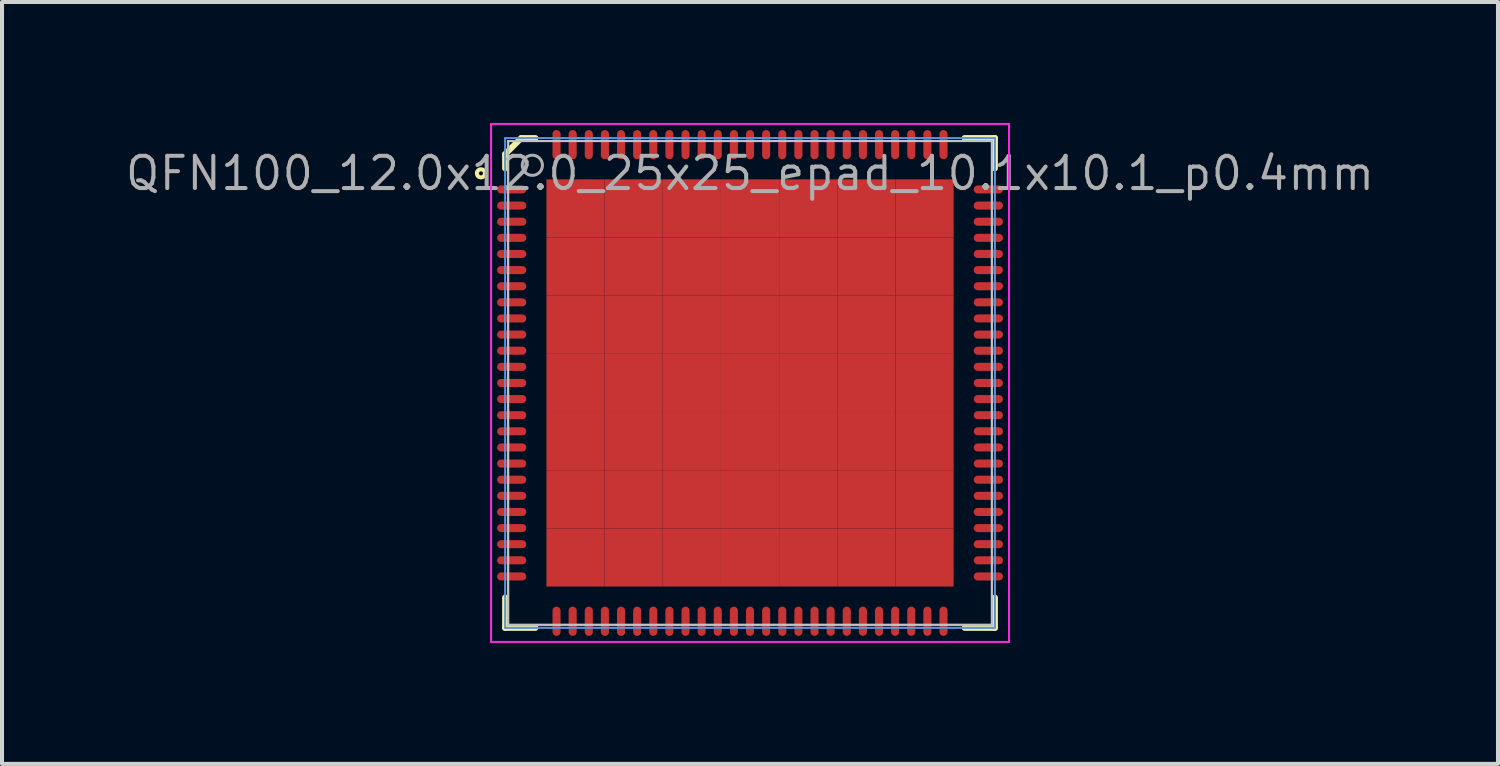
<source format=kicad_pcb>
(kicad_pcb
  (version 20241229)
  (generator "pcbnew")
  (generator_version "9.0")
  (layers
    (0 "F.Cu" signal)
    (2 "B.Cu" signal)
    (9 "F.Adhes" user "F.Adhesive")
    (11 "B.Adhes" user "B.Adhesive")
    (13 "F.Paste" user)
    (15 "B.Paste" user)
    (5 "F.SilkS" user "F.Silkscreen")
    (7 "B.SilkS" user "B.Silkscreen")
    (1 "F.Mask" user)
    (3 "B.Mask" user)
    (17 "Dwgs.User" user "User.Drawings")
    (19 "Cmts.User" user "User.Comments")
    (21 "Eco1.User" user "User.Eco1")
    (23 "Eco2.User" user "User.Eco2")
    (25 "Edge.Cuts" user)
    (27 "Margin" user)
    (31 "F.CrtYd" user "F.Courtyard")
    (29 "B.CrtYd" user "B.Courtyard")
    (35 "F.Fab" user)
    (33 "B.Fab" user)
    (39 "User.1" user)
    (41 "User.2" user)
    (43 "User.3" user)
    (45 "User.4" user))
  (footprint "QFN100_12.0x12.0_25x25_epad_10.1x10.1_p0.4mm"
    (layer "F.Cu")
    (at 15.556 6.45)
    (property "Reference" "QFN100_12.0x12.0_25x25_epad_10.1x10.1_p0.4mm" (at 0 -5.2 0) (layer "F.Fab") (effects (font (size 0.8 0.8) (thickness 0.1))))
    (attr through_hole)
    (fp_line (start -6.075 -5.675) (end -6.075 -5.325) (stroke (width 0.15) (type solid)) (layer "F.SilkS"))
    (fp_line (start -6.075 -5.675) (end -5.675 -6.075) (stroke (width 0.15) (type solid)) (layer "F.SilkS"))
    (fp_line (start -6.075 6.075) (end -6.075 5.325) (stroke (width 0.15) (type solid)) (layer "F.SilkS"))
    (fp_line (start -6.075 6.075) (end -5.325 6.075) (stroke (width 0.15) (type solid)) (layer "F.SilkS"))
    (fp_line (start -5.325 -6.075) (end -5.675 -6.075) (stroke (width 0.15) (type solid)) (layer "F.SilkS"))
    (fp_line (start 6.075 -6.075) (end 5.325 -6.075) (stroke (width 0.15) (type solid)) (layer "F.SilkS"))
    (fp_line (start 6.075 -6.075) (end 6.075 -5.325) (stroke (width 0.15) (type solid)) (layer "F.SilkS"))
    (fp_line (start 6.075 6.075) (end 5.325 6.075) (stroke (width 0.15) (type solid)) (layer "F.SilkS"))
    (fp_line (start 6.075 6.075) (end 6.075 5.325) (stroke (width 0.15) (type solid)) (layer "F.SilkS"))
    (fp_circle (center -6.675 -5.2) (end -6.604 -5.129) (stroke (width 0.1) (type solid)) (fill no) (layer "F.SilkS"))
    (fp_line (start -6 -6) (end -6 6) (stroke (width 0.05) (type solid)) (layer "Dwgs.User"))
    (fp_line (start -6 -6) (end 6 -6) (stroke (width 0.05) (type solid)) (layer "Dwgs.User"))
    (fp_line (start -6 6) (end 6 6) (stroke (width 0.05) (type solid)) (layer "Dwgs.User"))
    (fp_line (start 6 -6) (end 6 6) (stroke (width 0.05) (type solid)) (layer "Dwgs.User"))
    (fp_line (start -6.075 -6.075) (end -6.075 6.075) (stroke (width 0.05) (type solid)) (layer "Cmts.User"))
    (fp_line (start -6.075 -6.075) (end 6.075 -6.075) (stroke (width 0.05) (type solid)) (layer "Cmts.User"))
    (fp_line (start -6.075 6.075) (end 6.075 6.075) (stroke (width 0.05) (type solid)) (layer "Cmts.User"))
    (fp_line (start 6.075 -6.075) (end 6.075 6.075) (stroke (width 0.05) (type solid)) (layer "Cmts.User"))
    (fp_line (start -5.925 -5.925) (end -5.925 5.925) (stroke (width 0.05) (type solid)) (layer "Eco1.User"))
    (fp_line (start -5.925 -5.925) (end 5.925 -5.925) (stroke (width 0.05) (type solid)) (layer "Eco1.User"))
    (fp_line (start -5.925 5.925) (end 5.925 5.925) (stroke (width 0.05) (type solid)) (layer "Eco1.User"))
    (fp_line (start 5.925 -5.925) (end 5.925 5.925) (stroke (width 0.05) (type solid)) (layer "Eco1.User"))
    (fp_line (start -6.425 -6.425) (end -6.425 6.425) (stroke (width 0.05) (type solid)) (layer "F.CrtYd"))
    (fp_line (start -6.425 -6.425) (end 6.425 -6.425) (stroke (width 0.05) (type solid)) (layer "F.CrtYd"))
    (fp_line (start -6.425 6.425) (end 6.425 6.425) (stroke (width 0.05) (type solid)) (layer "F.CrtYd"))
    (fp_line (start 6.425 -6.425) (end 6.425 6.425) (stroke (width 0.05) (type solid)) (layer "F.CrtYd"))
    (fp_line (start -6 -6) (end -6 6) (stroke (width 0.05) (type solid)) (layer "F.Fab"))
    (fp_line (start -6 -6) (end 6 -6) (stroke (width 0.05) (type solid)) (layer "F.Fab"))
    (fp_line (start -6 6) (end 6 6) (stroke (width 0.05) (type solid)) (layer "F.Fab"))
    (fp_line (start 6 -6) (end 6 6) (stroke (width 0.05) (type solid)) (layer "F.Fab"))
    (fp_circle (center -5.4 -5.4) (end -5.223 -5.223) (stroke (width 0.075) (type solid)) (fill no) (layer "F.Fab"))
    (pad "1" smd oval (at -5.912 -4.8 180) (size 0.725 0.2) (layers "F.Cu" "F.Mask" "F.Paste"))
    (pad "2" smd oval (at -5.912 -4.4 180) (size 0.725 0.2) (layers "F.Cu" "F.Mask" "F.Paste"))
    (pad "3" smd oval (at -5.912 -4 180) (size 0.725 0.2) (layers "F.Cu" "F.Mask" "F.Paste"))
    (pad "4" smd oval (at -5.912 -3.6 180) (size 0.725 0.2) (layers "F.Cu" "F.Mask" "F.Paste"))
    (pad "5" smd oval (at -5.912 -3.2 180) (size 0.725 0.2) (layers "F.Cu" "F.Mask" "F.Paste"))
    (pad "6" smd oval (at -5.912 -2.8 180) (size 0.725 0.2) (layers "F.Cu" "F.Mask" "F.Paste"))
    (pad "7" smd oval (at -5.912 -2.4 180) (size 0.725 0.2) (layers "F.Cu" "F.Mask" "F.Paste"))
    (pad "8" smd oval (at -5.912 -2 180) (size 0.725 0.2) (layers "F.Cu" "F.Mask" "F.Paste"))
    (pad "9" smd oval (at -5.912 -1.6 180) (size 0.725 0.2) (layers "F.Cu" "F.Mask" "F.Paste"))
    (pad "10" smd oval (at -5.912 -1.2 180) (size 0.725 0.2) (layers "F.Cu" "F.Mask" "F.Paste"))
    (pad "11" smd oval (at -5.912 -0.8 180) (size 0.725 0.2) (layers "F.Cu" "F.Mask" "F.Paste"))
    (pad "12" smd oval (at -5.912 -0.4 180) (size 0.725 0.2) (layers "F.Cu" "F.Mask" "F.Paste"))
    (pad "13" smd oval (at -5.912 0 180) (size 0.725 0.2) (layers "F.Cu" "F.Mask" "F.Paste"))
    (pad "14" smd oval (at -5.912 0.4 180) (size 0.725 0.2) (layers "F.Cu" "F.Mask" "F.Paste"))
    (pad "15" smd oval (at -5.912 0.8 180) (size 0.725 0.2) (layers "F.Cu" "F.Mask" "F.Paste"))
    (pad "16" smd oval (at -5.912 1.2 180) (size 0.725 0.2) (layers "F.Cu" "F.Mask" "F.Paste"))
    (pad "17" smd oval (at -5.912 1.6 180) (size 0.725 0.2) (layers "F.Cu" "F.Mask" "F.Paste"))
    (pad "18" smd oval (at -5.912 2 180) (size 0.725 0.2) (layers "F.Cu" "F.Mask" "F.Paste"))
    (pad "19" smd oval (at -5.912 2.4 180) (size 0.725 0.2) (layers "F.Cu" "F.Mask" "F.Paste"))
    (pad "20" smd oval (at -5.912 2.8 180) (size 0.725 0.2) (layers "F.Cu" "F.Mask" "F.Paste"))
    (pad "21" smd oval (at -5.912 3.2 180) (size 0.725 0.2) (layers "F.Cu" "F.Mask" "F.Paste"))
    (pad "22" smd oval (at -5.912 3.6 180) (size 0.725 0.2) (layers "F.Cu" "F.Mask" "F.Paste"))
    (pad "23" smd oval (at -5.912 4 180) (size 0.725 0.2) (layers "F.Cu" "F.Mask" "F.Paste"))
    (pad "24" smd oval (at -5.912 4.4 180) (size 0.725 0.2) (layers "F.Cu" "F.Mask" "F.Paste"))
    (pad "25" smd oval (at -5.912 4.8 180) (size 0.725 0.2) (layers "F.Cu" "F.Mask" "F.Paste"))
    (pad "26" smd oval (at -4.8 5.912 270) (size 0.725 0.2) (layers "F.Cu" "F.Mask" "F.Paste"))
    (pad "27" smd oval (at -4.4 5.912 270) (size 0.725 0.2) (layers "F.Cu" "F.Mask" "F.Paste"))
    (pad "28" smd oval (at -4 5.912 270) (size 0.725 0.2) (layers "F.Cu" "F.Mask" "F.Paste"))
    (pad "29" smd oval (at -3.6 5.912 270) (size 0.725 0.2) (layers "F.Cu" "F.Mask" "F.Paste"))
    (pad "30" smd oval (at -3.2 5.912 270) (size 0.725 0.2) (layers "F.Cu" "F.Mask" "F.Paste"))
    (pad "31" smd oval (at -2.8 5.912 270) (size 0.725 0.2) (layers "F.Cu" "F.Mask" "F.Paste"))
    (pad "32" smd oval (at -2.4 5.912 270) (size 0.725 0.2) (layers "F.Cu" "F.Mask" "F.Paste"))
    (pad "33" smd oval (at -2 5.912 270) (size 0.725 0.2) (layers "F.Cu" "F.Mask" "F.Paste"))
    (pad "34" smd oval (at -1.6 5.912 270) (size 0.725 0.2) (layers "F.Cu" "F.Mask" "F.Paste"))
    (pad "35" smd oval (at -1.2 5.912 270) (size 0.725 0.2) (layers "F.Cu" "F.Mask" "F.Paste"))
    (pad "36" smd oval (at -0.8 5.912 270) (size 0.725 0.2) (layers "F.Cu" "F.Mask" "F.Paste"))
    (pad "37" smd oval (at -0.4 5.912 270) (size 0.725 0.2) (layers "F.Cu" "F.Mask" "F.Paste"))
    (pad "38" smd oval (at 0 5.912 270) (size 0.725 0.2) (layers "F.Cu" "F.Mask" "F.Paste"))
    (pad "39" smd oval (at 0.4 5.912 270) (size 0.725 0.2) (layers "F.Cu" "F.Mask" "F.Paste"))
    (pad "40" smd oval (at 0.8 5.912 270) (size 0.725 0.2) (layers "F.Cu" "F.Mask" "F.Paste"))
    (pad "41" smd oval (at 1.2 5.912 270) (size 0.725 0.2) (layers "F.Cu" "F.Mask" "F.Paste"))
    (pad "42" smd oval (at 1.6 5.912 270) (size 0.725 0.2) (layers "F.Cu" "F.Mask" "F.Paste"))
    (pad "43" smd oval (at 2 5.912 270) (size 0.725 0.2) (layers "F.Cu" "F.Mask" "F.Paste"))
    (pad "44" smd oval (at 2.4 5.912 270) (size 0.725 0.2) (layers "F.Cu" "F.Mask" "F.Paste"))
    (pad "45" smd oval (at 2.8 5.912 270) (size 0.725 0.2) (layers "F.Cu" "F.Mask" "F.Paste"))
    (pad "46" smd oval (at 3.2 5.912 270) (size 0.725 0.2) (layers "F.Cu" "F.Mask" "F.Paste"))
    (pad "47" smd oval (at 3.6 5.912 270) (size 0.725 0.2) (layers "F.Cu" "F.Mask" "F.Paste"))
    (pad "48" smd oval (at 4 5.912 270) (size 0.725 0.2) (layers "F.Cu" "F.Mask" "F.Paste"))
    (pad "49" smd oval (at 4.4 5.912 270) (size 0.725 0.2) (layers "F.Cu" "F.Mask" "F.Paste"))
    (pad "50" smd oval (at 4.8 5.912 270) (size 0.725 0.2) (layers "F.Cu" "F.Mask" "F.Paste"))
    (pad "51" smd oval (at 5.912 4.8) (size 0.725 0.2) (layers "F.Cu" "F.Mask" "F.Paste"))
    (pad "52" smd oval (at 5.912 4.4) (size 0.725 0.2) (layers "F.Cu" "F.Mask" "F.Paste"))
    (pad "53" smd oval (at 5.912 4) (size 0.725 0.2) (layers "F.Cu" "F.Mask" "F.Paste"))
    (pad "54" smd oval (at 5.912 3.6) (size 0.725 0.2) (layers "F.Cu" "F.Mask" "F.Paste"))
    (pad "55" smd oval (at 5.912 3.2) (size 0.725 0.2) (layers "F.Cu" "F.Mask" "F.Paste"))
    (pad "56" smd oval (at 5.912 2.8) (size 0.725 0.2) (layers "F.Cu" "F.Mask" "F.Paste"))
    (pad "57" smd oval (at 5.912 2.4) (size 0.725 0.2) (layers "F.Cu" "F.Mask" "F.Paste"))
    (pad "58" smd oval (at 5.912 2) (size 0.725 0.2) (layers "F.Cu" "F.Mask" "F.Paste"))
    (pad "59" smd oval (at 5.912 1.6) (size 0.725 0.2) (layers "F.Cu" "F.Mask" "F.Paste"))
    (pad "60" smd oval (at 5.912 1.2) (size 0.725 0.2) (layers "F.Cu" "F.Mask" "F.Paste"))
    (pad "61" smd oval (at 5.912 0.8) (size 0.725 0.2) (layers "F.Cu" "F.Mask" "F.Paste"))
    (pad "62" smd oval (at 5.912 0.4) (size 0.725 0.2) (layers "F.Cu" "F.Mask" "F.Paste"))
    (pad "63" smd oval (at 5.912 0) (size 0.725 0.2) (layers "F.Cu" "F.Mask" "F.Paste"))
    (pad "64" smd oval (at 5.912 -0.4) (size 0.725 0.2) (layers "F.Cu" "F.Mask" "F.Paste"))
    (pad "65" smd oval (at 5.912 -0.8) (size 0.725 0.2) (layers "F.Cu" "F.Mask" "F.Paste"))
    (pad "66" smd oval (at 5.912 -1.2) (size 0.725 0.2) (layers "F.Cu" "F.Mask" "F.Paste"))
    (pad "67" smd oval (at 5.912 -1.6) (size 0.725 0.2) (layers "F.Cu" "F.Mask" "F.Paste"))
    (pad "68" smd oval (at 5.912 -2) (size 0.725 0.2) (layers "F.Cu" "F.Mask" "F.Paste"))
    (pad "69" smd oval (at 5.912 -2.4) (size 0.725 0.2) (layers "F.Cu" "F.Mask" "F.Paste"))
    (pad "70" smd oval (at 5.912 -2.8) (size 0.725 0.2) (layers "F.Cu" "F.Mask" "F.Paste"))
    (pad "71" smd oval (at 5.912 -3.2) (size 0.725 0.2) (layers "F.Cu" "F.Mask" "F.Paste"))
    (pad "72" smd oval (at 5.912 -3.6) (size 0.725 0.2) (layers "F.Cu" "F.Mask" "F.Paste"))
    (pad "73" smd oval (at 5.912 -4) (size 0.725 0.2) (layers "F.Cu" "F.Mask" "F.Paste"))
    (pad "74" smd oval (at 5.912 -4.4) (size 0.725 0.2) (layers "F.Cu" "F.Mask" "F.Paste"))
    (pad "75" smd oval (at 5.912 -4.8) (size 0.725 0.2) (layers "F.Cu" "F.Mask" "F.Paste"))
    (pad "76" smd oval (at 4.8 -5.912 90) (size 0.725 0.2) (layers "F.Cu" "F.Mask" "F.Paste"))
    (pad "77" smd oval (at 4.4 -5.912 90) (size 0.725 0.2) (layers "F.Cu" "F.Mask" "F.Paste"))
    (pad "78" smd oval (at 4 -5.912 90) (size 0.725 0.2) (layers "F.Cu" "F.Mask" "F.Paste"))
    (pad "79" smd oval (at 3.6 -5.912 90) (size 0.725 0.2) (layers "F.Cu" "F.Mask" "F.Paste"))
    (pad "80" smd oval (at 3.2 -5.912 90) (size 0.725 0.2) (layers "F.Cu" "F.Mask" "F.Paste"))
    (pad "81" smd oval (at 2.8 -5.912 90) (size 0.725 0.2) (layers "F.Cu" "F.Mask" "F.Paste"))
    (pad "82" smd oval (at 2.4 -5.912 90) (size 0.725 0.2) (layers "F.Cu" "F.Mask" "F.Paste"))
    (pad "83" smd oval (at 2 -5.912 90) (size 0.725 0.2) (layers "F.Cu" "F.Mask" "F.Paste"))
    (pad "84" smd oval (at 1.6 -5.912 90) (size 0.725 0.2) (layers "F.Cu" "F.Mask" "F.Paste"))
    (pad "85" smd oval (at 1.2 -5.912 90) (size 0.725 0.2) (layers "F.Cu" "F.Mask" "F.Paste"))
    (pad "86" smd oval (at 0.8 -5.912 90) (size 0.725 0.2) (layers "F.Cu" "F.Mask" "F.Paste"))
    (pad "87" smd oval (at 0.4 -5.912 90) (size 0.725 0.2) (layers "F.Cu" "F.Mask" "F.Paste"))
    (pad "88" smd oval (at 0 -5.912 90) (size 0.725 0.2) (layers "F.Cu" "F.Mask" "F.Paste"))
    (pad "89" smd oval (at -0.4 -5.912 90) (size 0.725 0.2) (layers "F.Cu" "F.Mask" "F.Paste"))
    (pad "90" smd oval (at -0.8 -5.912 90) (size 0.725 0.2) (layers "F.Cu" "F.Mask" "F.Paste"))
    (pad "91" smd oval (at -1.2 -5.912 90) (size 0.725 0.2) (layers "F.Cu" "F.Mask" "F.Paste"))
    (pad "92" smd oval (at -1.6 -5.912 90) (size 0.725 0.2) (layers "F.Cu" "F.Mask" "F.Paste"))
    (pad "93" smd oval (at -2 -5.912 90) (size 0.725 0.2) (layers "F.Cu" "F.Mask" "F.Paste"))
    (pad "94" smd oval (at -2.4 -5.912 90) (size 0.725 0.2) (layers "F.Cu" "F.Mask" "F.Paste"))
    (pad "95" smd oval (at -2.8 -5.912 90) (size 0.725 0.2) (layers "F.Cu" "F.Mask" "F.Paste"))
    (pad "96" smd oval (at -3.2 -5.912 90) (size 0.725 0.2) (layers "F.Cu" "F.Mask" "F.Paste"))
    (pad "97" smd oval (at -3.6 -5.912 90) (size 0.725 0.2) (layers "F.Cu" "F.Mask" "F.Paste"))
    (pad "98" smd oval (at -4 -5.912 90) (size 0.725 0.2) (layers "F.Cu" "F.Mask" "F.Paste"))
    (pad "99" smd oval (at -4.4 -5.912 90) (size 0.725 0.2) (layers "F.Cu" "F.Mask" "F.Paste"))
    (pad "100" smd oval (at -4.8 -5.912 90) (size 0.725 0.2) (layers "F.Cu" "F.Mask" "F.Paste"))
    (pad "101" smd rect (at -4.329 -4.329) (size 1.443 1.443) (layers "F.Cu" "F.Mask" "F.Paste"))
    (pad "101" smd rect (at -4.329 -2.886) (size 1.443 1.443) (layers "F.Cu" "F.Mask" "F.Paste"))
    (pad "101" smd rect (at -4.329 -1.443) (size 1.443 1.443) (layers "F.Cu" "F.Mask" "F.Paste"))
    (pad "101" smd rect (at -4.329 0) (size 1.443 1.443) (layers "F.Cu" "F.Mask" "F.Paste"))
    (pad "101" smd rect (at -4.329 1.443) (size 1.443 1.443) (layers "F.Cu" "F.Mask" "F.Paste"))
    (pad "101" smd rect (at -4.329 2.886) (size 1.443 1.443) (layers "F.Cu" "F.Mask" "F.Paste"))
    (pad "101" smd rect (at -4.329 4.329) (size 1.443 1.443) (layers "F.Cu" "F.Mask" "F.Paste"))
    (pad "101" smd rect (at -2.886 -4.329) (size 1.443 1.443) (layers "F.Cu" "F.Mask" "F.Paste"))
    (pad "101" smd rect (at -2.886 -2.886) (size 1.443 1.443) (layers "F.Cu" "F.Mask" "F.Paste"))
    (pad "101" smd rect (at -2.886 -1.443) (size 1.443 1.443) (layers "F.Cu" "F.Mask" "F.Paste"))
    (pad "101" smd rect (at -2.886 0) (size 1.443 1.443) (layers "F.Cu" "F.Mask" "F.Paste"))
    (pad "101" smd rect (at -2.886 1.443) (size 1.443 1.443) (layers "F.Cu" "F.Mask" "F.Paste"))
    (pad "101" smd rect (at -2.886 2.886) (size 1.443 1.443) (layers "F.Cu" "F.Mask" "F.Paste"))
    (pad "101" smd rect (at -2.886 4.329) (size 1.443 1.443) (layers "F.Cu" "F.Mask" "F.Paste"))
    (pad "101" smd rect (at -1.443 -4.329) (size 1.443 1.443) (layers "F.Cu" "F.Mask" "F.Paste"))
    (pad "101" smd rect (at -1.443 -2.886) (size 1.443 1.443) (layers "F.Cu" "F.Mask" "F.Paste"))
    (pad "101" smd rect (at -1.443 -1.443) (size 1.443 1.443) (layers "F.Cu" "F.Mask" "F.Paste"))
    (pad "101" smd rect (at -1.443 0) (size 1.443 1.443) (layers "F.Cu" "F.Mask" "F.Paste"))
    (pad "101" smd rect (at -1.443 1.443) (size 1.443 1.443) (layers "F.Cu" "F.Mask" "F.Paste"))
    (pad "101" smd rect (at -1.443 2.886) (size 1.443 1.443) (layers "F.Cu" "F.Mask" "F.Paste"))
    (pad "101" smd rect (at -1.443 4.329) (size 1.443 1.443) (layers "F.Cu" "F.Mask" "F.Paste"))
    (pad "101" smd rect (at 0 -4.329) (size 1.443 1.443) (layers "F.Cu" "F.Mask" "F.Paste"))
    (pad "101" smd rect (at 0 -2.886) (size 1.443 1.443) (layers "F.Cu" "F.Mask" "F.Paste"))
    (pad "101" smd rect (at 0 -1.443) (size 1.443 1.443) (layers "F.Cu" "F.Mask" "F.Paste"))
    (pad "101" smd rect (at 0 0) (size 1.443 1.443) (layers "F.Cu" "F.Mask" "F.Paste"))
    (pad "101" smd rect (at 0 1.443) (size 1.443 1.443) (layers "F.Cu" "F.Mask" "F.Paste"))
    (pad "101" smd rect (at 0 2.886) (size 1.443 1.443) (layers "F.Cu" "F.Mask" "F.Paste"))
    (pad "101" smd rect (at 0 4.329) (size 1.443 1.443) (layers "F.Cu" "F.Mask" "F.Paste"))
    (pad "101" smd rect (at 1.443 -4.329) (size 1.443 1.443) (layers "F.Cu" "F.Mask" "F.Paste"))
    (pad "101" smd rect (at 1.443 -2.886) (size 1.443 1.443) (layers "F.Cu" "F.Mask" "F.Paste"))
    (pad "101" smd rect (at 1.443 -1.443) (size 1.443 1.443) (layers "F.Cu" "F.Mask" "F.Paste"))
    (pad "101" smd rect (at 1.443 0) (size 1.443 1.443) (layers "F.Cu" "F.Mask" "F.Paste"))
    (pad "101" smd rect (at 1.443 1.443) (size 1.443 1.443) (layers "F.Cu" "F.Mask" "F.Paste"))
    (pad "101" smd rect (at 1.443 2.886) (size 1.443 1.443) (layers "F.Cu" "F.Mask" "F.Paste"))
    (pad "101" smd rect (at 1.443 4.329) (size 1.443 1.443) (layers "F.Cu" "F.Mask" "F.Paste"))
    (pad "101" smd rect (at 2.886 -4.329) (size 1.443 1.443) (layers "F.Cu" "F.Mask" "F.Paste"))
    (pad "101" smd rect (at 2.886 -2.886) (size 1.443 1.443) (layers "F.Cu" "F.Mask" "F.Paste"))
    (pad "101" smd rect (at 2.886 -1.443) (size 1.443 1.443) (layers "F.Cu" "F.Mask" "F.Paste"))
    (pad "101" smd rect (at 2.886 0) (size 1.443 1.443) (layers "F.Cu" "F.Mask" "F.Paste"))
    (pad "101" smd rect (at 2.886 1.443) (size 1.443 1.443) (layers "F.Cu" "F.Mask" "F.Paste"))
    (pad "101" smd rect (at 2.886 2.886) (size 1.443 1.443) (layers "F.Cu" "F.Mask" "F.Paste"))
    (pad "101" smd rect (at 2.886 4.329) (size 1.443 1.443) (layers "F.Cu" "F.Mask" "F.Paste"))
    (pad "101" smd rect (at 4.329 -4.329) (size 1.443 1.443) (layers "F.Cu" "F.Mask" "F.Paste"))
    (pad "101" smd rect (at 4.329 -2.886) (size 1.443 1.443) (layers "F.Cu" "F.Mask" "F.Paste"))
    (pad "101" smd rect (at 4.329 -1.443) (size 1.443 1.443) (layers "F.Cu" "F.Mask" "F.Paste"))
    (pad "101" smd rect (at 4.329 0) (size 1.443 1.443) (layers "F.Cu" "F.Mask" "F.Paste"))
    (pad "101" smd rect (at 4.329 1.443) (size 1.443 1.443) (layers "F.Cu" "F.Mask" "F.Paste"))
    (pad "101" smd rect (at 4.329 2.886) (size 1.443 1.443) (layers "F.Cu" "F.Mask" "F.Paste"))
    (pad "101" smd rect (at 4.329 4.329) (size 1.443 1.443) (layers "F.Cu" "F.Mask" "F.Paste")))
  (gr_rect
    (start -3 -3)
    (end 34.111 15.9)
    (stroke (width 0.1) (type default))
    (fill no)
    (layer "Edge.Cuts")))
</source>
